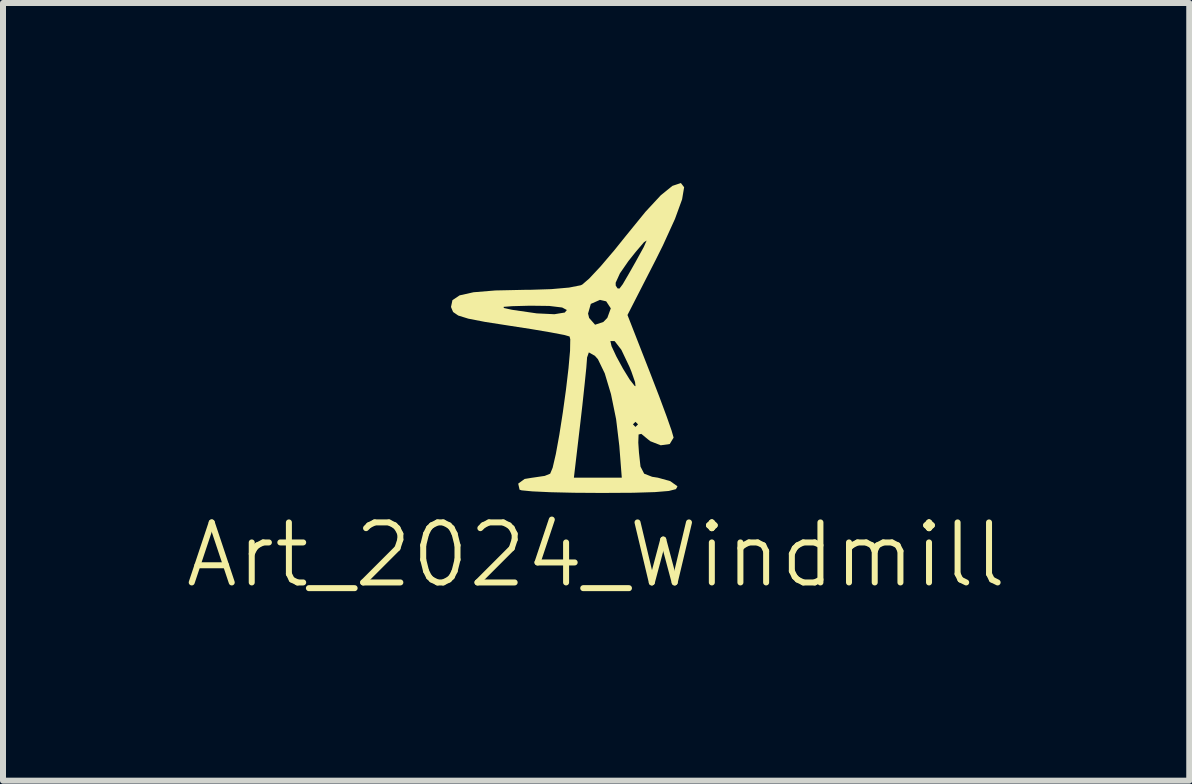
<source format=kicad_pcb>
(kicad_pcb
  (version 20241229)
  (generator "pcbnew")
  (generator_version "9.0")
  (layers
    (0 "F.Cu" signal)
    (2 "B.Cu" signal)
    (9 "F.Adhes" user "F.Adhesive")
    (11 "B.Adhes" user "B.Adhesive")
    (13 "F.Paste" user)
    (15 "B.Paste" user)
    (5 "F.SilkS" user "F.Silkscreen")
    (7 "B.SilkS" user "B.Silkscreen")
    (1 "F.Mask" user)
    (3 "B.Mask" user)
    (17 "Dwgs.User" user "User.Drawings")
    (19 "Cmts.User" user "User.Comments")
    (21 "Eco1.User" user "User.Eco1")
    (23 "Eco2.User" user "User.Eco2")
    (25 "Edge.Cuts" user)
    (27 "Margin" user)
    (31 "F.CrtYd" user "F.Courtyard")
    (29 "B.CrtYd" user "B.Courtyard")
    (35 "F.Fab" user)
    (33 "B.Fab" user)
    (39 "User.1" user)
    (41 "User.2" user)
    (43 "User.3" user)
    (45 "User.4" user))
  (footprint "Art_2024_Windmill"
    (layer "F.Cu")
    (at 6.913 3.588)
    (property "Reference" "Art_2024_Windmill" (at -0.03 2.61 0) (unlocked yes) (layer "F.SilkS") (effects (font (size 1 1) (thickness 0.1))))
    (attr smd)
    (fp_poly (pts (xy 1.437 -3.518) (xy 1.403 -3.316) (xy 1.284 -2.989) (xy 1.083 -2.548) (xy 0.962 -2.305) (xy 0.493 -1.389) (xy 0.877 -0.407) (xy 1.024 -0.026) (xy 1.145 0.3) (xy 1.228 0.537) (xy 1.261 0.652) (xy 1.261 0.655) (xy 1.197 0.761) (xy 1.047 0.782) (xy 0.873 0.714) (xy 0.829 0.679) (xy 0.724 0.592) (xy 0.678 0.602) (xy 0.673 0.737) (xy 0.684 0.902) (xy 0.71 1.137) (xy 0.771 1.255) (xy 0.904 1.307) (xy 1 1.322) (xy 1.205 1.379) (xy 1.32 1.461) (xy 1.325 1.471) (xy 1.3 1.513) (xy 1.182 1.543) (xy 0.951 1.562) (xy 0.589 1.573) (xy 0.077 1.576) (xy 0.055 1.576) (xy -0.399 1.573) (xy -0.791 1.564) (xy -1.092 1.55) (xy -1.27 1.533) (xy -1.305 1.522) (xy -1.328 1.421) (xy -1.221 1.343) (xy -1.092 1.322) (xy -0.4 1.322) (xy -0.001 1.322) (xy 0.398 1.322) (xy 0.357 0.793) (xy 0.314 0.433) (xy 0.584 0.433) (xy 0.626 0.476) (xy 0.669 0.433) (xy 0.626 0.391) (xy 0.584 0.433) (xy 0.314 0.433) (xy 0.303 0.345) (xy 0.218 -0.071) (xy 0.114 -0.417) (xy 0.001 -0.651) (xy -0.05 -0.709) (xy -0.151 -0.766) (xy -0.181 -0.679) (xy -0.182 -0.656) (xy -0.193 -0.51) (xy -0.221 -0.237) (xy -0.259 0.118) (xy -0.293 0.412) (xy -0.4 1.322) (xy -1.092 1.322) (xy -1.083 1.321) (xy -0.886 1.292) (xy -0.795 1.255) (xy -0.754 1.156) (xy -0.701 0.928) (xy -0.643 0.609) (xy -0.585 0.239) (xy -0.532 -0.144) (xy -0.49 -0.501) (xy -0.464 -0.793) (xy -0.461 -0.955) (xy 0.208 -0.955) (xy 0.227 -0.87) (xy 0.307 -0.699) (xy 0.418 -0.495) (xy 0.53 -0.313) (xy 0.611 -0.209) (xy 0.627 -0.202) (xy 0.619 -0.271) (xy 0.559 -0.444) (xy 0.529 -0.519) (xy 0.391 -0.809) (xy 0.279 -0.954) (xy 0.208 -0.955) (xy -0.461 -0.955) (xy -0.46 -0.982) (xy -0.472 -1.031) (xy -0.564 -1.057) (xy -0.79 -1.1) (xy -1.114 -1.155) (xy -1.464 -1.209) (xy -1.881 -1.274) (xy -2.159 -1.328) (xy -2.327 -1.38) (xy -2.413 -1.439) (xy -2.445 -1.515) (xy -2.447 -1.525) (xy -1.57 -1.525) (xy -1.568 -1.506) (xy -1.437 -1.477) (xy -1.406 -1.472) (xy -1.018 -1.416) (xy -0.724 -1.402) (xy -0.658 -1.413) (xy -0.164 -1.413) (xy -0.146 -1.34) (xy -0.047 -1.227) (xy 0.091 -1.273) (xy 0.157 -1.341) (xy 0.215 -1.5) (xy 0.138 -1.617) (xy 0.034 -1.641) (xy -0.118 -1.574) (xy -0.164 -1.413) (xy -0.658 -1.413) (xy -0.552 -1.43) (xy -0.517 -1.472) (xy -0.596 -1.514) (xy -0.811 -1.54) (xy -1.131 -1.544) (xy -1.428 -1.536) (xy -1.57 -1.525) (xy -2.447 -1.525) (xy -2.447 -1.527) (xy -2.424 -1.636) (xy -2.305 -1.716) (xy -2.073 -1.768) (xy -1.709 -1.798) (xy -1.197 -1.809) (xy -1.125 -1.809) (xy -0.778 -1.82) (xy -0.481 -1.846) (xy -0.288 -1.884) (xy -0.261 -1.896) (xy -0.225 -1.927) (xy 0.296 -1.927) (xy 0.297 -1.879) (xy 0.328 -1.832) (xy 0.36 -1.83) (xy 0.414 -1.902) (xy 0.515 -2.075) (xy 0.629 -2.276) (xy 0.764 -2.521) (xy 0.812 -2.63) (xy 0.768 -2.602) (xy 0.629 -2.439) (xy 0.508 -2.287) (xy 0.367 -2.083) (xy 0.296 -1.927) (xy -0.225 -1.927) (xy -0.145 -1.996) (xy 0.045 -2.199) (xy 0.278 -2.473) (xy 0.461 -2.701) (xy 0.793 -3.109) (xy 1.049 -3.385) (xy 1.242 -3.541) (xy 1.383 -3.588)) (stroke (width 0) (type solid)) (fill yes) (layer "F.SilkS")))
  (gr_rect
    (start -3 -3)
    (end 16.767 9.959)
    (stroke (width 0.1) (type default))
    (fill no)
    (layer "Edge.Cuts")))
</source>
